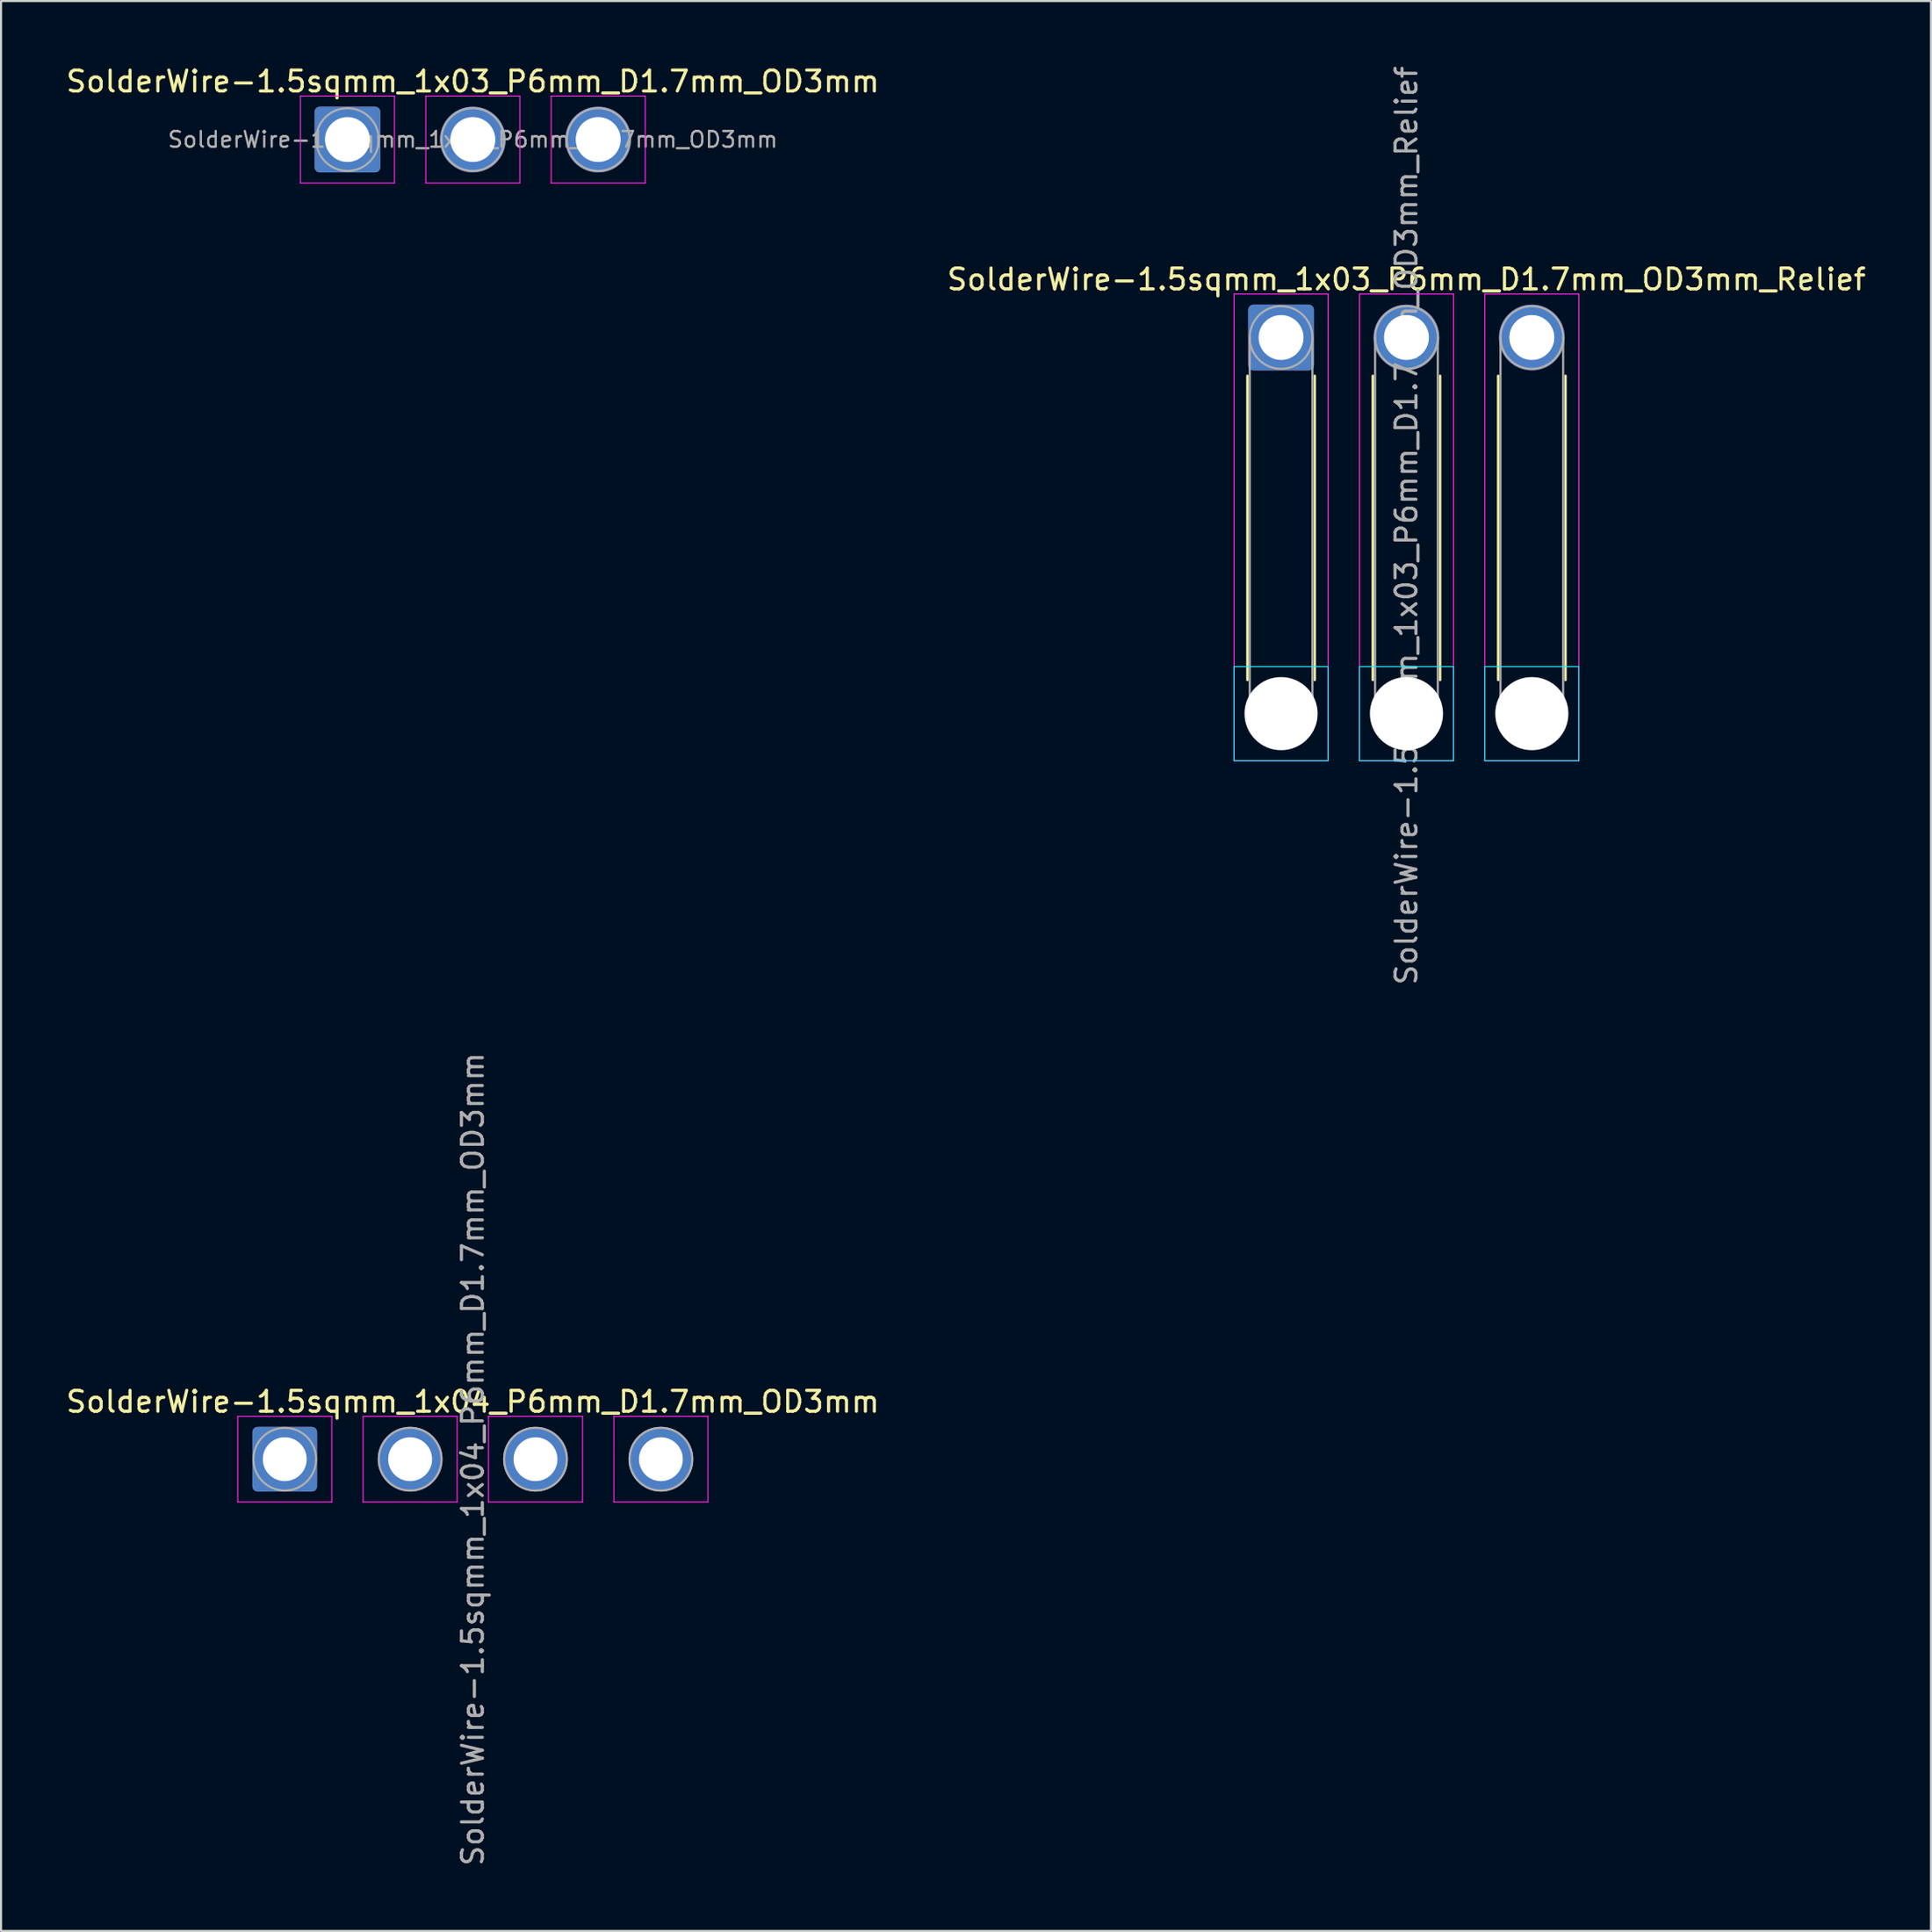
<source format=kicad_pcb>
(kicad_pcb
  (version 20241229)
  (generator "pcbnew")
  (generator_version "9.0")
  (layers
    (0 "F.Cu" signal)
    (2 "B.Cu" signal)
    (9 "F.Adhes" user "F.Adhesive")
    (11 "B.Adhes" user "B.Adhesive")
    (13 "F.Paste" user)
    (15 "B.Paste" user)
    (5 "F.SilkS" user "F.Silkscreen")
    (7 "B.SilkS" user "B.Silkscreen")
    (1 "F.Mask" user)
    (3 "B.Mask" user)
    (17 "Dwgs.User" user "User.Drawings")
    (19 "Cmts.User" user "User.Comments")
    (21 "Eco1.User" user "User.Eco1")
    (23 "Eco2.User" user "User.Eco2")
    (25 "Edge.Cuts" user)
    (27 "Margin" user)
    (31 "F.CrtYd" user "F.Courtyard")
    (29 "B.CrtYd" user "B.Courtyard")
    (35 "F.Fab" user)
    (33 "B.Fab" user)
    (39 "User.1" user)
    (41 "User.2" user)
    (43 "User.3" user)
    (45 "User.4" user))
  (footprint "SolderWire-1.5sqmm_1x04_P6mm_D1.7mm_OD3mm"
    (layer "F.Cu")
    (at 10.577 66.78)
    (property "Reference" "SolderWire-1.5sqmm_1x04_P6mm_D1.7mm_OD3mm" (at 9 -2.75 0) (layer "F.SilkS") (effects (font (size 1 1) (thickness 0.15))))
    (attr exclude_from_pos_files exclude_from_bom)
    (fp_line (start -2.25 -2.05) (end -2.25 2.05) (stroke (width 0.05) (type solid)) (layer "F.CrtYd"))
    (fp_line (start -2.25 2.05) (end 2.25 2.05) (stroke (width 0.05) (type solid)) (layer "F.CrtYd"))
    (fp_line (start 2.25 -2.05) (end -2.25 -2.05) (stroke (width 0.05) (type solid)) (layer "F.CrtYd"))
    (fp_line (start 2.25 2.05) (end 2.25 -2.05) (stroke (width 0.05) (type solid)) (layer "F.CrtYd"))
    (fp_line (start 3.75 -2.05) (end 3.75 2.05) (stroke (width 0.05) (type solid)) (layer "F.CrtYd"))
    (fp_line (start 3.75 2.05) (end 8.25 2.05) (stroke (width 0.05) (type solid)) (layer "F.CrtYd"))
    (fp_line (start 8.25 -2.05) (end 3.75 -2.05) (stroke (width 0.05) (type solid)) (layer "F.CrtYd"))
    (fp_line (start 8.25 2.05) (end 8.25 -2.05) (stroke (width 0.05) (type solid)) (layer "F.CrtYd"))
    (fp_line (start 9.75 -2.05) (end 9.75 2.05) (stroke (width 0.05) (type solid)) (layer "F.CrtYd"))
    (fp_line (start 9.75 2.05) (end 14.25 2.05) (stroke (width 0.05) (type solid)) (layer "F.CrtYd"))
    (fp_line (start 14.25 -2.05) (end 9.75 -2.05) (stroke (width 0.05) (type solid)) (layer "F.CrtYd"))
    (fp_line (start 14.25 2.05) (end 14.25 -2.05) (stroke (width 0.05) (type solid)) (layer "F.CrtYd"))
    (fp_line (start 15.75 -2.05) (end 15.75 2.05) (stroke (width 0.05) (type solid)) (layer "F.CrtYd"))
    (fp_line (start 15.75 2.05) (end 20.25 2.05) (stroke (width 0.05) (type solid)) (layer "F.CrtYd"))
    (fp_line (start 20.25 -2.05) (end 15.75 -2.05) (stroke (width 0.05) (type solid)) (layer "F.CrtYd"))
    (fp_line (start 20.25 2.05) (end 20.25 -2.05) (stroke (width 0.05) (type solid)) (layer "F.CrtYd"))
    (fp_circle (center 0 0) (end 1.5 0) (stroke (width 0.1) (type solid)) (fill no) (layer "F.Fab"))
    (fp_circle (center 6 0) (end 7.5 0) (stroke (width 0.1) (type solid)) (fill no) (layer "F.Fab"))
    (fp_circle (center 12 0) (end 13.5 0) (stroke (width 0.1) (type solid)) (fill no) (layer "F.Fab"))
    (fp_circle (center 18 0) (end 19.5 0) (stroke (width 0.1) (type solid)) (fill no) (layer "F.Fab"))
    (fp_text user "${REFERENCE}" (at 9 0 90) (layer "F.Fab") (effects (font (size 1 1) (thickness 0.15))))
    (pad "1" thru_hole roundrect (at 0 0) (size 3.1 3.1) (drill 2.1) (layers "*.Cu" "*.Mask") (roundrect_rratio 0.081))
    (pad "2" thru_hole circle (at 6 0) (size 3.1 3.1) (drill 2.1) (layers "*.Cu" "*.Mask"))
    (pad "3" thru_hole circle (at 12 0) (size 3.1 3.1) (drill 2.1) (layers "*.Cu" "*.Mask"))
    (pad "4" thru_hole circle (at 18 0) (size 3.1 3.1) (drill 2.1) (layers "*.Cu" "*.Mask")))
  (footprint "SolderWire-1.5sqmm_1x03_P6mm_D1.7mm_OD3mm"
    (layer "F.Cu")
    (at 13.577 3.628)
    (property "Reference" "SolderWire-1.5sqmm_1x03_P6mm_D1.7mm_OD3mm" (at 6 -2.78 0) (layer "F.SilkS") (effects (font (size 1 1) (thickness 0.15))))
    (attr exclude_from_pos_files exclude_from_bom)
    (fp_line (start -2.25 -2.08) (end -2.25 2.08) (stroke (width 0.05) (type solid)) (layer "F.CrtYd"))
    (fp_line (start -2.25 2.08) (end 2.25 2.08) (stroke (width 0.05) (type solid)) (layer "F.CrtYd"))
    (fp_line (start 2.25 -2.08) (end -2.25 -2.08) (stroke (width 0.05) (type solid)) (layer "F.CrtYd"))
    (fp_line (start 2.25 2.08) (end 2.25 -2.08) (stroke (width 0.05) (type solid)) (layer "F.CrtYd"))
    (fp_line (start 3.75 -2.08) (end 3.75 2.08) (stroke (width 0.05) (type solid)) (layer "F.CrtYd"))
    (fp_line (start 3.75 2.08) (end 8.25 2.08) (stroke (width 0.05) (type solid)) (layer "F.CrtYd"))
    (fp_line (start 8.25 -2.08) (end 3.75 -2.08) (stroke (width 0.05) (type solid)) (layer "F.CrtYd"))
    (fp_line (start 8.25 2.08) (end 8.25 -2.08) (stroke (width 0.05) (type solid)) (layer "F.CrtYd"))
    (fp_line (start 9.75 -2.08) (end 9.75 2.08) (stroke (width 0.05) (type solid)) (layer "F.CrtYd"))
    (fp_line (start 9.75 2.08) (end 14.25 2.08) (stroke (width 0.05) (type solid)) (layer "F.CrtYd"))
    (fp_line (start 14.25 -2.08) (end 9.75 -2.08) (stroke (width 0.05) (type solid)) (layer "F.CrtYd"))
    (fp_line (start 14.25 2.08) (end 14.25 -2.08) (stroke (width 0.05) (type solid)) (layer "F.CrtYd"))
    (fp_circle (center 0 0) (end 1.5 0) (stroke (width 0.1) (type solid)) (fill no) (layer "F.Fab"))
    (fp_circle (center 6 0) (end 7.5 0) (stroke (width 0.1) (type solid)) (fill no) (layer "F.Fab"))
    (fp_circle (center 12 0) (end 13.5 0) (stroke (width 0.1) (type solid)) (fill no) (layer "F.Fab"))
    (fp_text user "${REFERENCE}" (at 6 0 0) (layer "F.Fab") (effects (font (size 0.75 0.75) (thickness 0.11))))
    (pad "1" thru_hole roundrect (at 0 0) (size 3.15 3.15) (drill 2.15) (layers "*.Cu" "*.Mask") (roundrect_rratio 0.079))
    (pad "2" thru_hole circle (at 6 0) (size 3.15 3.15) (drill 2.15) (layers "*.Cu" "*.Mask"))
    (pad "3" thru_hole circle (at 12 0) (size 3.15 3.15) (drill 2.15) (layers "*.Cu" "*.Mask")))
  (footprint "SolderWire-1.5sqmm_1x03_P6mm_D1.7mm_OD3mm_Relief"
    (layer "F.Cu")
    (at 58.256 13.101)
    (property "Reference" "SolderWire-1.5sqmm_1x03_P6mm_D1.7mm_OD3mm_Relief" (at 6 -2.78 0) (layer "F.SilkS") (effects (font (size 1 1) (thickness 0.15))))
    (attr exclude_from_pos_files exclude_from_bom)
    (fp_line (start -1.61 1.835) (end -1.61 16.39) (stroke (width 0.12) (type solid)) (layer "F.SilkS"))
    (fp_line (start 1.61 1.835) (end 1.61 16.39) (stroke (width 0.12) (type solid)) (layer "F.SilkS"))
    (fp_line (start 4.39 1.835) (end 4.39 16.39) (stroke (width 0.12) (type solid)) (layer "F.SilkS"))
    (fp_line (start 7.61 1.835) (end 7.61 16.39) (stroke (width 0.12) (type solid)) (layer "F.SilkS"))
    (fp_line (start 10.39 1.835) (end 10.39 16.39) (stroke (width 0.12) (type solid)) (layer "F.SilkS"))
    (fp_line (start 13.61 1.835) (end 13.61 16.39) (stroke (width 0.12) (type solid)) (layer "F.SilkS"))
    (fp_line (start -2.25 15.75) (end -2.25 20.25) (stroke (width 0.05) (type solid)) (layer "B.CrtYd"))
    (fp_line (start -2.25 20.25) (end 2.25 20.25) (stroke (width 0.05) (type solid)) (layer "B.CrtYd"))
    (fp_line (start 2.25 15.75) (end -2.25 15.75) (stroke (width 0.05) (type solid)) (layer "B.CrtYd"))
    (fp_line (start 2.25 20.25) (end 2.25 15.75) (stroke (width 0.05) (type solid)) (layer "B.CrtYd"))
    (fp_line (start 3.75 15.75) (end 3.75 20.25) (stroke (width 0.05) (type solid)) (layer "B.CrtYd"))
    (fp_line (start 3.75 20.25) (end 8.25 20.25) (stroke (width 0.05) (type solid)) (layer "B.CrtYd"))
    (fp_line (start 8.25 15.75) (end 3.75 15.75) (stroke (width 0.05) (type solid)) (layer "B.CrtYd"))
    (fp_line (start 8.25 20.25) (end 8.25 15.75) (stroke (width 0.05) (type solid)) (layer "B.CrtYd"))
    (fp_line (start 9.75 15.75) (end 9.75 20.25) (stroke (width 0.05) (type solid)) (layer "B.CrtYd"))
    (fp_line (start 9.75 20.25) (end 14.25 20.25) (stroke (width 0.05) (type solid)) (layer "B.CrtYd"))
    (fp_line (start 14.25 15.75) (end 9.75 15.75) (stroke (width 0.05) (type solid)) (layer "B.CrtYd"))
    (fp_line (start 14.25 20.25) (end 14.25 15.75) (stroke (width 0.05) (type solid)) (layer "B.CrtYd"))
    (fp_line (start -2.25 -2.08) (end -2.25 20.25) (stroke (width 0.05) (type solid)) (layer "F.CrtYd"))
    (fp_line (start -2.25 20.25) (end 2.25 20.25) (stroke (width 0.05) (type solid)) (layer "F.CrtYd"))
    (fp_line (start 2.25 -2.08) (end -2.25 -2.08) (stroke (width 0.05) (type solid)) (layer "F.CrtYd"))
    (fp_line (start 2.25 20.25) (end 2.25 -2.08) (stroke (width 0.05) (type solid)) (layer "F.CrtYd"))
    (fp_line (start 3.75 -2.08) (end 3.75 20.25) (stroke (width 0.05) (type solid)) (layer "F.CrtYd"))
    (fp_line (start 3.75 20.25) (end 8.25 20.25) (stroke (width 0.05) (type solid)) (layer "F.CrtYd"))
    (fp_line (start 8.25 -2.08) (end 3.75 -2.08) (stroke (width 0.05) (type solid)) (layer "F.CrtYd"))
    (fp_line (start 8.25 20.25) (end 8.25 -2.08) (stroke (width 0.05) (type solid)) (layer "F.CrtYd"))
    (fp_line (start 9.75 -2.08) (end 9.75 20.25) (stroke (width 0.05) (type solid)) (layer "F.CrtYd"))
    (fp_line (start 9.75 20.25) (end 14.25 20.25) (stroke (width 0.05) (type solid)) (layer "F.CrtYd"))
    (fp_line (start 14.25 -2.08) (end 9.75 -2.08) (stroke (width 0.05) (type solid)) (layer "F.CrtYd"))
    (fp_line (start 14.25 20.25) (end 14.25 -2.08) (stroke (width 0.05) (type solid)) (layer "F.CrtYd"))
    (fp_line (start -1.5 0) (end -1.5 18) (stroke (width 0.1) (type solid)) (layer "F.Fab"))
    (fp_line (start 1.5 0) (end 1.5 18) (stroke (width 0.1) (type solid)) (layer "F.Fab"))
    (fp_line (start 4.5 0) (end 4.5 18) (stroke (width 0.1) (type solid)) (layer "F.Fab"))
    (fp_line (start 7.5 0) (end 7.5 18) (stroke (width 0.1) (type solid)) (layer "F.Fab"))
    (fp_line (start 10.5 0) (end 10.5 18) (stroke (width 0.1) (type solid)) (layer "F.Fab"))
    (fp_line (start 13.5 0) (end 13.5 18) (stroke (width 0.1) (type solid)) (layer "F.Fab"))
    (fp_circle (center 0 0) (end 1.5 0) (stroke (width 0.1) (type solid)) (fill no) (layer "F.Fab"))
    (fp_circle (center 0 18) (end 1.5 18) (stroke (width 0.1) (type solid)) (fill no) (layer "F.Fab"))
    (fp_circle (center 6 0) (end 7.5 0) (stroke (width 0.1) (type solid)) (fill no) (layer "F.Fab"))
    (fp_circle (center 6 18) (end 7.5 18) (stroke (width 0.1) (type solid)) (fill no) (layer "F.Fab"))
    (fp_circle (center 12 0) (end 13.5 0) (stroke (width 0.1) (type solid)) (fill no) (layer "F.Fab"))
    (fp_circle (center 12 18) (end 13.5 18) (stroke (width 0.1) (type solid)) (fill no) (layer "F.Fab"))
    (fp_text user "${REFERENCE}" (at 6 9 90) (layer "F.Fab") (effects (font (size 1 1) (thickness 0.15))))
    (pad "" np_thru_hole circle (at 0 18) (size 3.5 3.5) (drill 3.5) (layers "*.Cu" "*.Mask"))
    (pad "" np_thru_hole circle (at 6 18) (size 3.5 3.5) (drill 3.5) (layers "*.Cu" "*.Mask"))
    (pad "" np_thru_hole circle (at 12 18) (size 3.5 3.5) (drill 3.5) (layers "*.Cu" "*.Mask"))
    (pad "1" thru_hole roundrect (at 0 0) (size 3.15 3.15) (drill 2.15) (layers "*.Cu" "*.Mask") (roundrect_rratio 0.079))
    (pad "2" thru_hole circle (at 6 0) (size 3.15 3.15) (drill 2.15) (layers "*.Cu" "*.Mask"))
    (pad "3" thru_hole circle (at 12 0) (size 3.15 3.15) (drill 2.15) (layers "*.Cu" "*.Mask")))
  (gr_rect
    (start -3 -3)
    (end 89.357 89.357)
    (stroke (width 0.1) (type default))
    (fill no)
    (layer "Edge.Cuts")))
</source>
